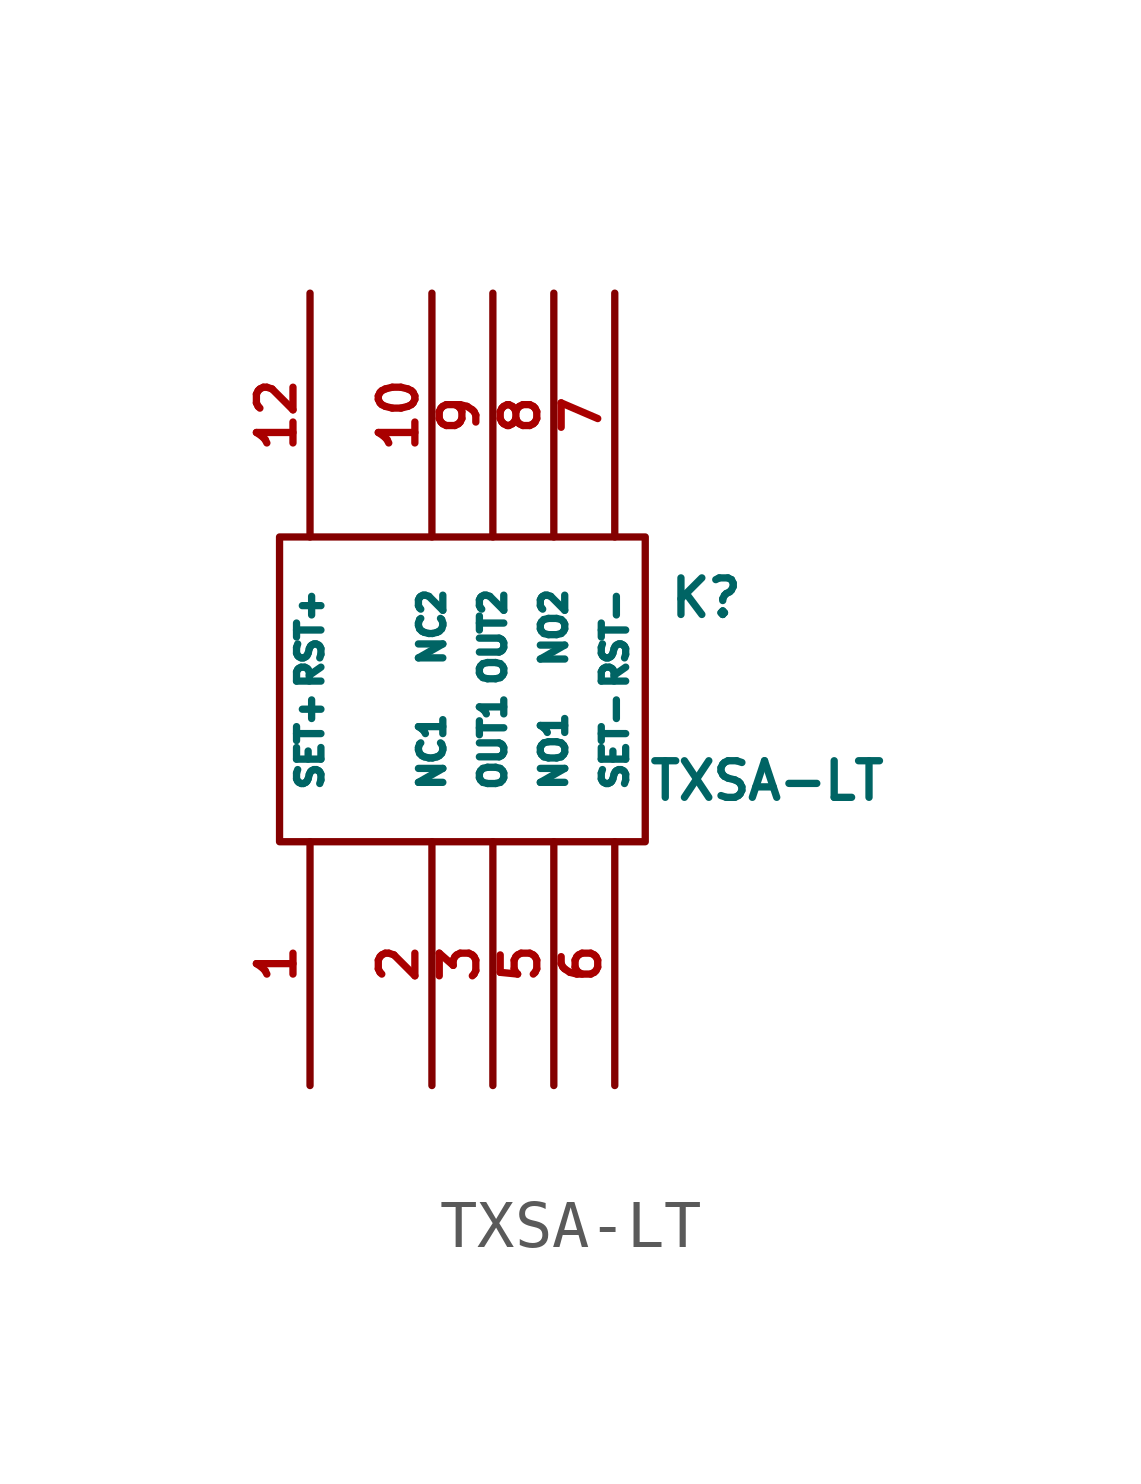
<source format=kicad_sym>
(kicad_symbol_lib
  (version 20220914)
  (generator kicad_symbol_editor)
  (symbol "TXSA-LT"
    (pin_names
      (offset 1.016))
    (property "Reference" "K"
      (at 5.08 1.905 0)
      (effects (font (size 0.762 0.762))))
    (property "Value" "TXSA-LT"
      (at 6.35 -1.905 0)
      (effects (font (size 0.762 0.762))))
    (symbol "TXSA-LT_0_1"
      (rectangle (start -3.81 3.175) (end 3.81 -3.175) (stroke (width 0) (type solid)) (fill (type none))))
    (symbol "TXSA-LT_1_1"
      (pin input line (at -3.175 -8.255 90) (length 5.08) (name "SET+" (effects (font (size 0.508 0.508)))) (number "1" (effects (font (size 0.762 0.762)))))
      (pin input line (at -0.635 8.255 270) (length 5.08) (name "NC2" (effects (font (size 0.508 0.508)))) (number "10" (effects (font (size 0.762 0.762)))))
      (pin input line (at -3.175 8.255 270) (length 5.08) (name "RST+" (effects (font (size 0.508 0.508)))) (number "12" (effects (font (size 0.762 0.762)))))
      (pin input line (at -0.635 -8.255 90) (length 5.08) (name "NC1" (effects (font (size 0.508 0.508)))) (number "2" (effects (font (size 0.762 0.762)))))
      (pin input line (at 0.635 -8.255 90) (length 5.08) (name "OUT1" (effects (font (size 0.508 0.508)))) (number "3" (effects (font (size 0.762 0.762)))))
      (pin input line (at 1.905 -8.255 90) (length 5.08) (name "NO1" (effects (font (size 0.508 0.508)))) (number "5" (effects (font (size 0.762 0.762)))))
      (pin input line (at 3.175 -8.255 90) (length 5.08) (name "SET-" (effects (font (size 0.508 0.508)))) (number "6" (effects (font (size 0.762 0.762)))))
      (pin input line (at 3.175 8.255 270) (length 5.08) (name "RST-" (effects (font (size 0.508 0.508)))) (number "7" (effects (font (size 0.762 0.762)))))
      (pin input line (at 1.905 8.255 270) (length 5.08) (name "NO2" (effects (font (size 0.508 0.508)))) (number "8" (effects (font (size 0.762 0.762)))))
      (pin input line (at 0.635 8.255 270) (length 5.08) (name "OUT2" (effects (font (size 0.508 0.508)))) (number "9" (effects (font (size 0.762 0.762))))))))
</source>
